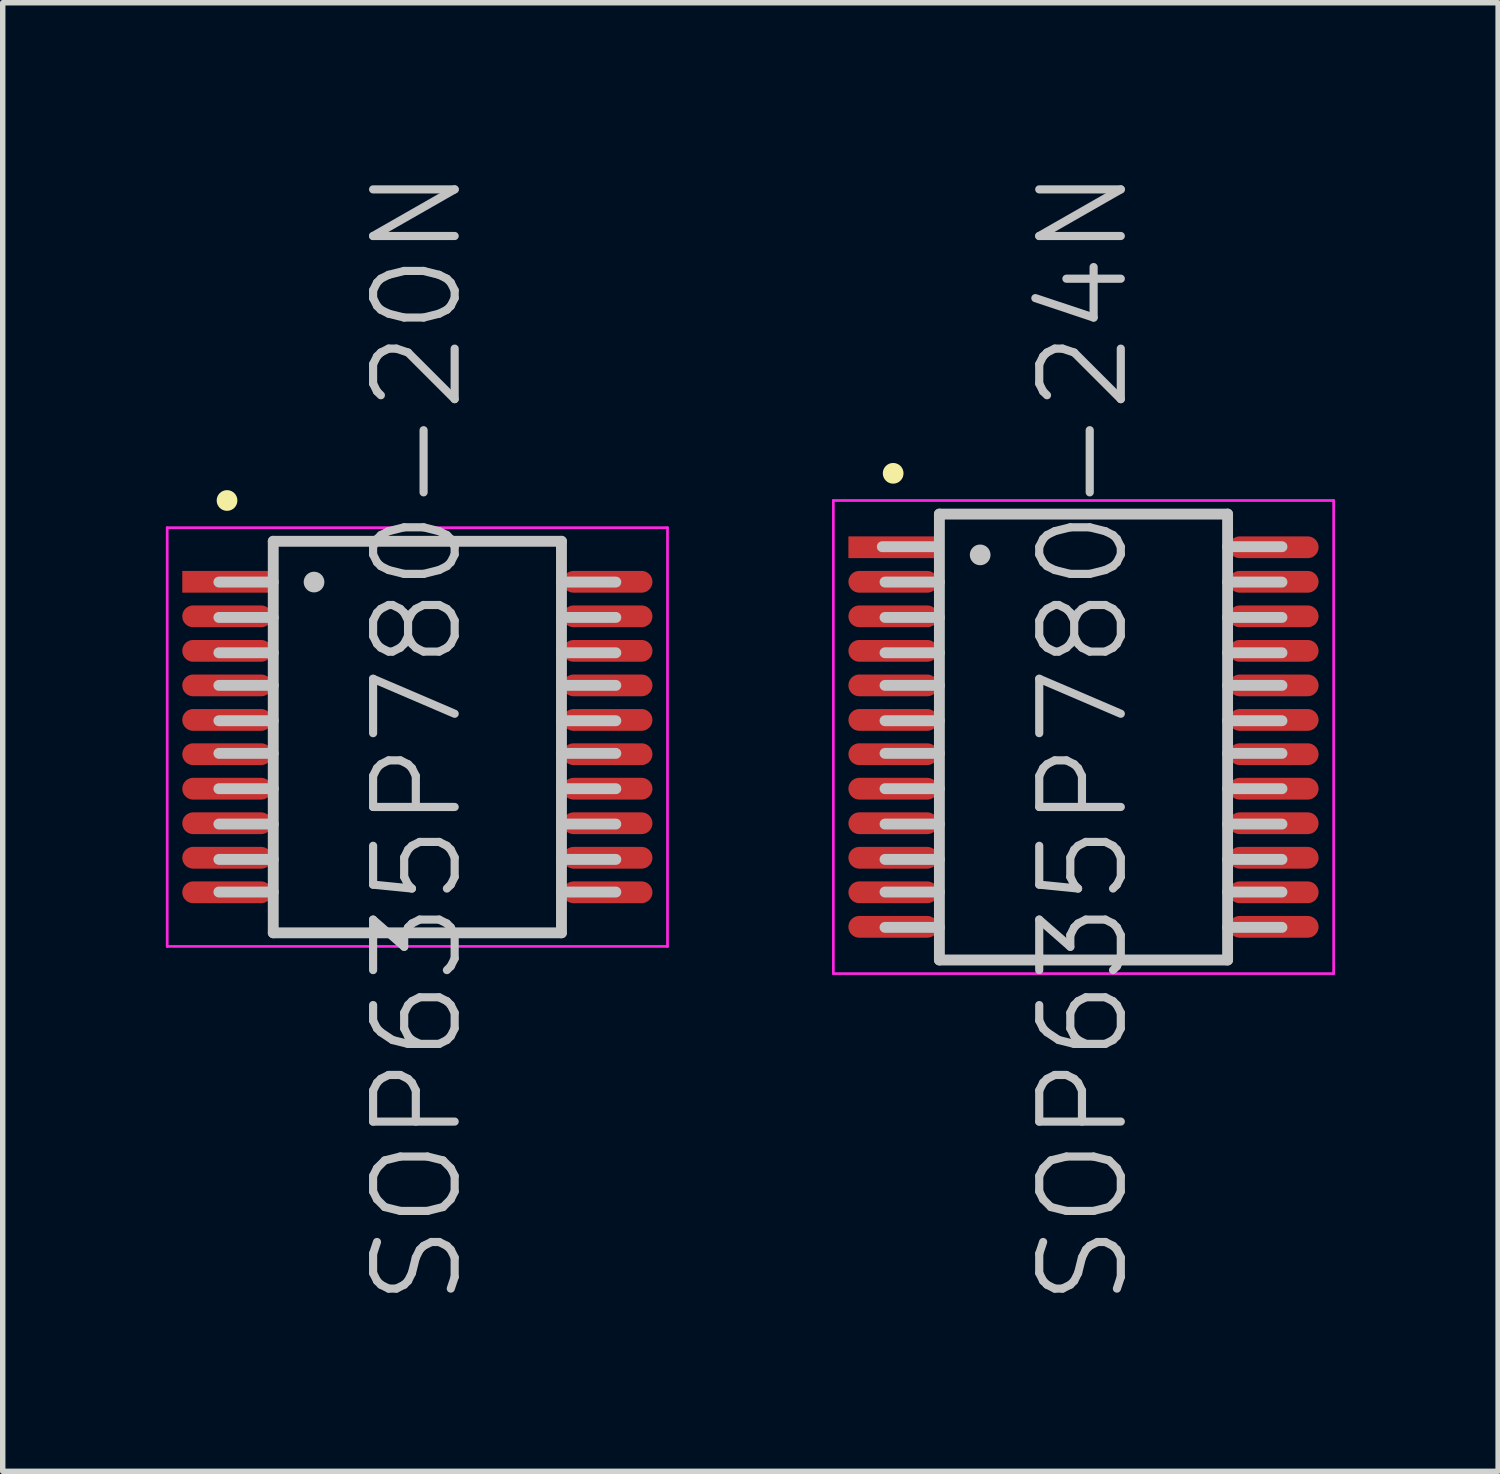
<source format=kicad_pcb>
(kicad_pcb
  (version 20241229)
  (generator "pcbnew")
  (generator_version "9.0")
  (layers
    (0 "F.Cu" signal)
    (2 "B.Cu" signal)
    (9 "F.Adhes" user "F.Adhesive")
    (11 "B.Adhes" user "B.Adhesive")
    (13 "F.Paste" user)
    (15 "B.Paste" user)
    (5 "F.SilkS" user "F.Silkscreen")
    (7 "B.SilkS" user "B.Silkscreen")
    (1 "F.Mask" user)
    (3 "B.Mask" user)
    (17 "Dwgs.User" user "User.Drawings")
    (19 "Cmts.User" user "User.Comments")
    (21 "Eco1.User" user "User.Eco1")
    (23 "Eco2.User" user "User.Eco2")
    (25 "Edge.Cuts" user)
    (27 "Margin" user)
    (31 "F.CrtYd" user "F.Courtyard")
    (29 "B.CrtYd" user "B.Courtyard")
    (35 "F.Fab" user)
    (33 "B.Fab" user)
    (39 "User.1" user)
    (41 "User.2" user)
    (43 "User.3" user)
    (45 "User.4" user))
  (footprint "SOP635P780-24N"
    (layer "F.Cu")
    (at 16.875 10.504)
    (property "Reference" "SOP635P780-24N" (at 0 0 90) (layer "Dwgs.User") (effects (font (size 1.5 1.5) (thickness 0.15))))
    (attr smd)
    (fp_line (start -3.5 -4.85) (end -3.5 -4.85) (stroke (width 0.381) (type solid)) (layer "F.SilkS"))
    (fp_line (start -2.7 -3.5) (end -3.7 -3.5) (stroke (width 0.2) (type solid)) (layer "Dwgs.User"))
    (fp_line (start -2.65 -4.1) (end -2.65 4.1) (stroke (width 0.2) (type solid)) (layer "Dwgs.User"))
    (fp_line (start -2.65 -4.1) (end 2.65 -4.1) (stroke (width 0.2) (type solid)) (layer "Dwgs.User"))
    (fp_line (start -2.65 -2.85) (end -3.65 -2.85) (stroke (width 0.2) (type solid)) (layer "Dwgs.User"))
    (fp_line (start -2.65 -2.2) (end -3.65 -2.2) (stroke (width 0.2) (type solid)) (layer "Dwgs.User"))
    (fp_line (start -2.65 -1.55) (end -3.65 -1.55) (stroke (width 0.2) (type solid)) (layer "Dwgs.User"))
    (fp_line (start -2.65 -0.95) (end -3.65 -0.95) (stroke (width 0.2) (type solid)) (layer "Dwgs.User"))
    (fp_line (start -2.65 -0.3) (end -3.65 -0.3) (stroke (width 0.2) (type solid)) (layer "Dwgs.User"))
    (fp_line (start -2.65 0.3) (end -3.65 0.3) (stroke (width 0.2) (type solid)) (layer "Dwgs.User"))
    (fp_line (start -2.65 0.95) (end -3.65 0.95) (stroke (width 0.2) (type solid)) (layer "Dwgs.User"))
    (fp_line (start -2.65 1.6) (end -3.65 1.6) (stroke (width 0.2) (type solid)) (layer "Dwgs.User"))
    (fp_line (start -2.65 2.25) (end -3.65 2.25) (stroke (width 0.2) (type solid)) (layer "Dwgs.User"))
    (fp_line (start -2.65 2.85) (end -3.65 2.85) (stroke (width 0.2) (type solid)) (layer "Dwgs.User"))
    (fp_line (start -2.65 3.5) (end -3.65 3.5) (stroke (width 0.2) (type solid)) (layer "Dwgs.User"))
    (fp_line (start -2.65 4.1) (end 2.65 4.1) (stroke (width 0.2) (type solid)) (layer "Dwgs.User"))
    (fp_line (start -1.9 -3.35) (end -1.9 -3.35) (stroke (width 0.381) (type solid)) (layer "Dwgs.User"))
    (fp_line (start 2.65 -4.1) (end 2.65 4.1) (stroke (width 0.2) (type solid)) (layer "Dwgs.User"))
    (fp_line (start 3.65 -3.5) (end 2.65 -3.5) (stroke (width 0.2) (type solid)) (layer "Dwgs.User"))
    (fp_line (start 3.65 -2.85) (end 2.65 -2.85) (stroke (width 0.2) (type solid)) (layer "Dwgs.User"))
    (fp_line (start 3.65 -2.2) (end 2.65 -2.2) (stroke (width 0.2) (type solid)) (layer "Dwgs.User"))
    (fp_line (start 3.65 -1.55) (end 2.65 -1.55) (stroke (width 0.2) (type solid)) (layer "Dwgs.User"))
    (fp_line (start 3.65 -0.95) (end 2.65 -0.95) (stroke (width 0.2) (type solid)) (layer "Dwgs.User"))
    (fp_line (start 3.65 -0.3) (end 2.65 -0.3) (stroke (width 0.2) (type solid)) (layer "Dwgs.User"))
    (fp_line (start 3.65 0.3) (end 2.65 0.3) (stroke (width 0.2) (type solid)) (layer "Dwgs.User"))
    (fp_line (start 3.65 0.95) (end 2.65 0.95) (stroke (width 0.2) (type solid)) (layer "Dwgs.User"))
    (fp_line (start 3.65 1.6) (end 2.65 1.6) (stroke (width 0.2) (type solid)) (layer "Dwgs.User"))
    (fp_line (start 3.65 2.25) (end 2.65 2.25) (stroke (width 0.2) (type solid)) (layer "Dwgs.User"))
    (fp_line (start 3.65 2.85) (end 2.65 2.85) (stroke (width 0.2) (type solid)) (layer "Dwgs.User"))
    (fp_line (start 3.65 3.5) (end 2.65 3.5) (stroke (width 0.2) (type solid)) (layer "Dwgs.User"))
    (fp_line (start -4.6 -4.35) (end -4.6 4.35) (stroke (width 0.05) (type solid)) (layer "F.CrtYd"))
    (fp_line (start -4.6 -4.35) (end 4.6 -4.35) (stroke (width 0.05) (type solid)) (layer "F.CrtYd"))
    (fp_line (start -4.6 4.35) (end 4.6 4.35) (stroke (width 0.05) (type solid)) (layer "F.CrtYd"))
    (fp_line (start 4.6 -4.35) (end 4.6 4.35) (stroke (width 0.05) (type solid)) (layer "F.CrtYd"))
    (pad "1" smd rect (at -3.498 -3.49 90) (size 0.4 1.65) (layers "F.Cu" "F.Mask" "F.Paste"))
    (pad "2" smd oval (at -3.498 -2.855 90) (size 0.4 1.65) (layers "F.Cu" "F.Mask" "F.Paste"))
    (pad "3" smd oval (at -3.498 -2.22 90) (size 0.4 1.65) (layers "F.Cu" "F.Mask" "F.Paste"))
    (pad "4" smd oval (at -3.498 -1.585 90) (size 0.4 1.65) (layers "F.Cu" "F.Mask" "F.Paste"))
    (pad "5" smd oval (at -3.498 -0.95 90) (size 0.4 1.65) (layers "F.Cu" "F.Mask" "F.Paste"))
    (pad "6" smd oval (at -3.498 -0.315 90) (size 0.4 1.65) (layers "F.Cu" "F.Mask" "F.Paste"))
    (pad "7" smd oval (at -3.498 0.315 90) (size 0.4 1.65) (layers "F.Cu" "F.Mask" "F.Paste"))
    (pad "8" smd oval (at -3.498 0.95 90) (size 0.4 1.65) (layers "F.Cu" "F.Mask" "F.Paste"))
    (pad "9" smd oval (at -3.498 1.585 90) (size 0.4 1.65) (layers "F.Cu" "F.Mask" "F.Paste"))
    (pad "10" smd oval (at -3.498 2.22 90) (size 0.4 1.65) (layers "F.Cu" "F.Mask" "F.Paste"))
    (pad "11" smd oval (at -3.498 2.855 90) (size 0.4 1.65) (layers "F.Cu" "F.Mask" "F.Paste"))
    (pad "12" smd oval (at -3.498 3.49 90) (size 0.4 1.65) (layers "F.Cu" "F.Mask" "F.Paste"))
    (pad "13" smd oval (at 3.498 3.49 270) (size 0.4 1.65) (layers "F.Cu" "F.Mask" "F.Paste"))
    (pad "14" smd oval (at 3.498 2.855 270) (size 0.4 1.65) (layers "F.Cu" "F.Mask" "F.Paste"))
    (pad "15" smd oval (at 3.498 2.22 270) (size 0.4 1.65) (layers "F.Cu" "F.Mask" "F.Paste"))
    (pad "16" smd oval (at 3.498 1.585 270) (size 0.4 1.65) (layers "F.Cu" "F.Mask" "F.Paste"))
    (pad "17" smd oval (at 3.498 0.95 270) (size 0.4 1.65) (layers "F.Cu" "F.Mask" "F.Paste"))
    (pad "18" smd oval (at 3.498 0.315 270) (size 0.4 1.65) (layers "F.Cu" "F.Mask" "F.Paste"))
    (pad "19" smd oval (at 3.498 -0.315 270) (size 0.4 1.65) (layers "F.Cu" "F.Mask" "F.Paste"))
    (pad "20" smd oval (at 3.498 -0.95 270) (size 0.4 1.65) (layers "F.Cu" "F.Mask" "F.Paste"))
    (pad "21" smd oval (at 3.498 -1.585 270) (size 0.4 1.65) (layers "F.Cu" "F.Mask" "F.Paste"))
    (pad "22" smd oval (at 3.498 -2.22 270) (size 0.4 1.65) (layers "F.Cu" "F.Mask" "F.Paste"))
    (pad "23" smd oval (at 3.498 -2.855 270) (size 0.4 1.65) (layers "F.Cu" "F.Mask" "F.Paste"))
    (pad "24" smd oval (at 3.498 -3.49 270) (size 0.4 1.65) (layers "F.Cu" "F.Mask" "F.Paste")))
  (footprint "SOP635P780-20N"
    (layer "F.Cu")
    (at 4.625 10.504)
    (property "Reference" "SOP635P780-20N" (at 0 0 90) (layer "Dwgs.User") (effects (font (size 1.5 1.5) (thickness 0.15))))
    (attr smd)
    (fp_line (start -3.5 -4.35) (end -3.5 -4.35) (stroke (width 0.381) (type solid)) (layer "F.SilkS"))
    (fp_line (start -2.65 -3.6) (end -2.65 3.6) (stroke (width 0.2) (type solid)) (layer "Dwgs.User"))
    (fp_line (start -2.65 -3.6) (end 2.65 -3.6) (stroke (width 0.2) (type solid)) (layer "Dwgs.User"))
    (fp_line (start -2.65 -2.85) (end -3.65 -2.85) (stroke (width 0.2) (type solid)) (layer "Dwgs.User"))
    (fp_line (start -2.65 -2.2) (end -3.65 -2.2) (stroke (width 0.2) (type solid)) (layer "Dwgs.User"))
    (fp_line (start -2.65 -1.55) (end -3.65 -1.55) (stroke (width 0.2) (type solid)) (layer "Dwgs.User"))
    (fp_line (start -2.65 -0.95) (end -3.65 -0.95) (stroke (width 0.2) (type solid)) (layer "Dwgs.User"))
    (fp_line (start -2.65 -0.3) (end -3.65 -0.3) (stroke (width 0.2) (type solid)) (layer "Dwgs.User"))
    (fp_line (start -2.65 0.3) (end -3.65 0.3) (stroke (width 0.2) (type solid)) (layer "Dwgs.User"))
    (fp_line (start -2.65 0.95) (end -3.65 0.95) (stroke (width 0.2) (type solid)) (layer "Dwgs.User"))
    (fp_line (start -2.65 1.6) (end -3.65 1.6) (stroke (width 0.2) (type solid)) (layer "Dwgs.User"))
    (fp_line (start -2.65 2.25) (end -3.65 2.25) (stroke (width 0.2) (type solid)) (layer "Dwgs.User"))
    (fp_line (start -2.65 2.85) (end -3.65 2.85) (stroke (width 0.2) (type solid)) (layer "Dwgs.User"))
    (fp_line (start -2.65 3.6) (end 2.65 3.6) (stroke (width 0.2) (type solid)) (layer "Dwgs.User"))
    (fp_line (start -1.9 -2.85) (end -1.9 -2.85) (stroke (width 0.381) (type solid)) (layer "Dwgs.User"))
    (fp_line (start 2.65 -3.6) (end 2.65 3.6) (stroke (width 0.2) (type solid)) (layer "Dwgs.User"))
    (fp_line (start 3.65 -2.85) (end 2.65 -2.85) (stroke (width 0.2) (type solid)) (layer "Dwgs.User"))
    (fp_line (start 3.65 -2.2) (end 2.65 -2.2) (stroke (width 0.2) (type solid)) (layer "Dwgs.User"))
    (fp_line (start 3.65 -1.55) (end 2.65 -1.55) (stroke (width 0.2) (type solid)) (layer "Dwgs.User"))
    (fp_line (start 3.65 -0.95) (end 2.65 -0.95) (stroke (width 0.2) (type solid)) (layer "Dwgs.User"))
    (fp_line (start 3.65 -0.3) (end 2.65 -0.3) (stroke (width 0.2) (type solid)) (layer "Dwgs.User"))
    (fp_line (start 3.65 0.3) (end 2.65 0.3) (stroke (width 0.2) (type solid)) (layer "Dwgs.User"))
    (fp_line (start 3.65 0.95) (end 2.65 0.95) (stroke (width 0.2) (type solid)) (layer "Dwgs.User"))
    (fp_line (start 3.65 1.6) (end 2.65 1.6) (stroke (width 0.2) (type solid)) (layer "Dwgs.User"))
    (fp_line (start 3.65 2.25) (end 2.65 2.25) (stroke (width 0.2) (type solid)) (layer "Dwgs.User"))
    (fp_line (start 3.65 2.85) (end 2.65 2.85) (stroke (width 0.2) (type solid)) (layer "Dwgs.User"))
    (fp_line (start -4.6 -3.85) (end -4.6 3.85) (stroke (width 0.05) (type solid)) (layer "F.CrtYd"))
    (fp_line (start -4.6 -3.85) (end 4.6 -3.85) (stroke (width 0.05) (type solid)) (layer "F.CrtYd"))
    (fp_line (start -4.6 3.85) (end 4.6 3.85) (stroke (width 0.05) (type solid)) (layer "F.CrtYd"))
    (fp_line (start 4.6 -3.85) (end 4.6 3.85) (stroke (width 0.05) (type solid)) (layer "F.CrtYd"))
    (pad "1" smd rect (at -3.498 -2.855 90) (size 0.4 1.65) (layers "F.Cu" "F.Mask" "F.Paste"))
    (pad "2" smd oval (at -3.498 -2.22 90) (size 0.4 1.65) (layers "F.Cu" "F.Mask" "F.Paste"))
    (pad "3" smd oval (at -3.498 -1.585 90) (size 0.4 1.65) (layers "F.Cu" "F.Mask" "F.Paste"))
    (pad "4" smd oval (at -3.498 -0.95 90) (size 0.4 1.65) (layers "F.Cu" "F.Mask" "F.Paste"))
    (pad "5" smd oval (at -3.498 -0.315 90) (size 0.4 1.65) (layers "F.Cu" "F.Mask" "F.Paste"))
    (pad "6" smd oval (at -3.498 0.315 90) (size 0.4 1.65) (layers "F.Cu" "F.Mask" "F.Paste"))
    (pad "7" smd oval (at -3.498 0.95 90) (size 0.4 1.65) (layers "F.Cu" "F.Mask" "F.Paste"))
    (pad "8" smd oval (at -3.498 1.585 90) (size 0.4 1.65) (layers "F.Cu" "F.Mask" "F.Paste"))
    (pad "9" smd oval (at -3.498 2.22 90) (size 0.4 1.65) (layers "F.Cu" "F.Mask" "F.Paste"))
    (pad "10" smd oval (at -3.498 2.855 90) (size 0.4 1.65) (layers "F.Cu" "F.Mask" "F.Paste"))
    (pad "11" smd oval (at 3.498 2.855 270) (size 0.4 1.65) (layers "F.Cu" "F.Mask" "F.Paste"))
    (pad "12" smd oval (at 3.498 2.22 270) (size 0.4 1.65) (layers "F.Cu" "F.Mask" "F.Paste"))
    (pad "13" smd oval (at 3.498 1.585 270) (size 0.4 1.65) (layers "F.Cu" "F.Mask" "F.Paste"))
    (pad "14" smd oval (at 3.498 0.95 270) (size 0.4 1.65) (layers "F.Cu" "F.Mask" "F.Paste"))
    (pad "15" smd oval (at 3.498 0.315 270) (size 0.4 1.65) (layers "F.Cu" "F.Mask" "F.Paste"))
    (pad "16" smd oval (at 3.498 -0.315 270) (size 0.4 1.65) (layers "F.Cu" "F.Mask" "F.Paste"))
    (pad "17" smd oval (at 3.498 -0.95 270) (size 0.4 1.65) (layers "F.Cu" "F.Mask" "F.Paste"))
    (pad "18" smd oval (at 3.498 -1.585 270) (size 0.4 1.65) (layers "F.Cu" "F.Mask" "F.Paste"))
    (pad "19" smd oval (at 3.498 -2.22 270) (size 0.4 1.65) (layers "F.Cu" "F.Mask" "F.Paste"))
    (pad "20" smd oval (at 3.498 -2.855 270) (size 0.4 1.65) (layers "F.Cu" "F.Mask" "F.Paste")))
  (gr_rect
    (start -3 -3)
    (end 24.5 24.007)
    (stroke (width 0.1) (type default))
    (fill no)
    (layer "Edge.Cuts")))
</source>
